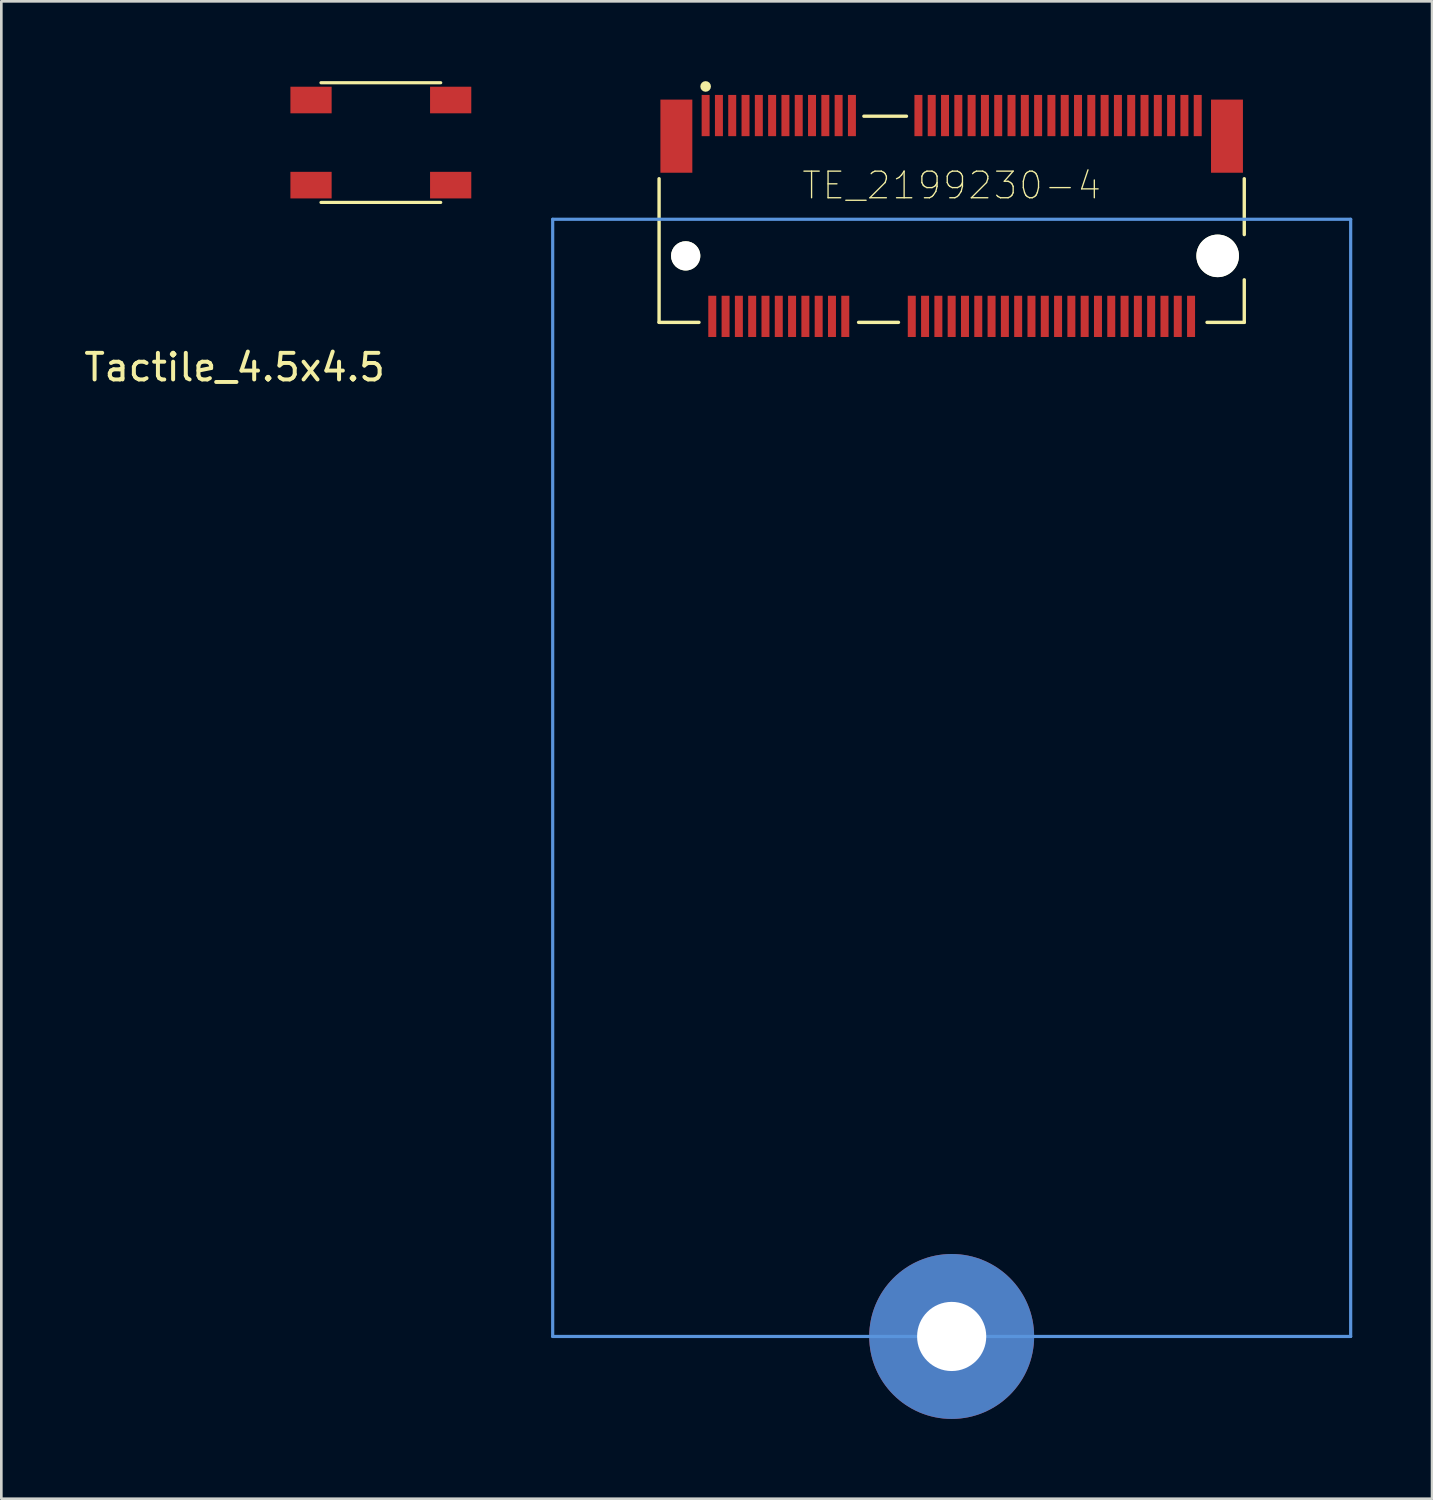
<source format=kicad_pcb>
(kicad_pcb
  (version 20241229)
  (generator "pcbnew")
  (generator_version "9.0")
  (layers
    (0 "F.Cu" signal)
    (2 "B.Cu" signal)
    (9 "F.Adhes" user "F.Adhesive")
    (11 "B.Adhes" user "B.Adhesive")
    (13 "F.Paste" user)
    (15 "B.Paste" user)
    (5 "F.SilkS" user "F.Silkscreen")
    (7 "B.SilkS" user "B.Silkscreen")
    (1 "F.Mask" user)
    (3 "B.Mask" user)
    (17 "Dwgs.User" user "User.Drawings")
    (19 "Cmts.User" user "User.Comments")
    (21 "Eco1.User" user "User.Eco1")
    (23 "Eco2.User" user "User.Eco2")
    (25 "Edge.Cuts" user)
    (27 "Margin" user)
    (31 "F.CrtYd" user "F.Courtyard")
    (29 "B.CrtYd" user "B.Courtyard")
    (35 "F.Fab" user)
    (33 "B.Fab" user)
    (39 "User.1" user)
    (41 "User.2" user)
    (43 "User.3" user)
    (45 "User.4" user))
  (footprint "Tactile_4.5x4.5"
    (layer "F.Cu")
    (at 11.268 2.31)
    (property "Reference" "Tactile_4.5x4.5" (at -5.5 8.45 0) (layer "F.SilkS") (effects (font (size 1 1) (thickness 0.15))))
    (attr through_hole)
    (fp_line (start -2.25 -2.25) (end 2.25 -2.25) (stroke (width 0.12) (type solid)) (layer "F.SilkS"))
    (fp_line (start -2.25 2.25) (end 2.25 2.25) (stroke (width 0.12) (type solid)) (layer "F.SilkS"))
    (pad "1" smd rect (at -2.625 -1.6) (size 1.55 1) (layers "F.Cu" "F.Mask" "F.Paste"))
    (pad "1" smd rect (at 2.625 -1.6) (size 1.55 1) (layers "F.Cu" "F.Mask" "F.Paste"))
    (pad "2" smd rect (at -2.625 1.6) (size 1.55 1) (layers "F.Cu" "F.Mask" "F.Paste"))
    (pad "2" smd rect (at 2.625 1.6) (size 1.55 1) (layers "F.Cu" "F.Mask" "F.Paste")))
  (footprint "TE_2199230-4"
    (layer "F.Cu")
    (at 32.728 5.194)
    (property "Reference" "TE_2199230-4" (at 0 -1.27 0) (layer "F.SilkS") (effects (font (size 1.001 1.001) (thickness 0.05))))
    (attr smd)
    (fp_line (start -11 -1.525) (end -11 3.875) (stroke (width 0.127) (type solid)) (layer "F.SilkS"))
    (fp_line (start -11 3.875) (end -9.5 3.875) (stroke (width 0.127) (type solid)) (layer "F.SilkS"))
    (fp_line (start -3.5 3.875) (end -2 3.875) (stroke (width 0.127) (type solid)) (layer "F.SilkS"))
    (fp_line (start -3.3 -3.875) (end -1.7 -3.875) (stroke (width 0.127) (type solid)) (layer "F.SilkS"))
    (fp_line (start 9.6 3.875) (end 11 3.875) (stroke (width 0.127) (type solid)) (layer "F.SilkS"))
    (fp_line (start 11 -1.525) (end 11 0.575) (stroke (width 0.127) (type solid)) (layer "F.SilkS"))
    (fp_line (start 11 3.875) (end 11 2.275) (stroke (width 0.127) (type solid)) (layer "F.SilkS"))
    (fp_circle (center -9.25 -4.994) (end -9.15 -4.994) (stroke (width 0.2) (type solid)) (fill no) (layer "F.SilkS"))
    (fp_line (start -15 0) (end 15 0) (stroke (width 0.12) (type solid)) (layer "Cmts.User"))
    (fp_line (start -15 42) (end -15 0) (stroke (width 0.12) (type solid)) (layer "Cmts.User"))
    (fp_line (start 15 0) (end 15 42) (stroke (width 0.12) (type solid)) (layer "Cmts.User"))
    (fp_line (start 15 42) (end -15 42) (stroke (width 0.12) (type solid)) (layer "Cmts.User"))
    (fp_line (start -11.25 -4.925) (end 11.25 -4.925) (stroke (width 0.05) (type solid)) (layer "Eco1.User"))
    (fp_line (start -11.25 4.675) (end -11.25 -4.925) (stroke (width 0.05) (type solid)) (layer "Eco1.User"))
    (fp_line (start 11.25 -4.925) (end 11.25 4.675) (stroke (width 0.05) (type solid)) (layer "Eco1.User"))
    (fp_line (start 11.25 4.675) (end -11.25 4.675) (stroke (width 0.05) (type solid)) (layer "Eco1.User"))
    (fp_line (start -11 -3.875) (end 11 -3.875) (stroke (width 0.127) (type solid)) (layer "Eco2.User"))
    (fp_line (start -11 3.875) (end -11 -3.875) (stroke (width 0.127) (type solid)) (layer "Eco2.User"))
    (fp_line (start 11 -3.875) (end 11 3.875) (stroke (width 0.127) (type solid)) (layer "Eco2.User"))
    (fp_line (start 11 3.875) (end -11 3.875) (stroke (width 0.127) (type solid)) (layer "Eco2.User"))
    (pad "" np_thru_hole circle (at -10 1.375) (size 1.1 1.1) (drill 1.1) (layers "*.Cu" "*.Mask" "F.SilkS"))
    (pad "" np_thru_hole circle (at 10 1.375) (size 1.6 1.6) (drill 1.6) (layers "*.Cu" "*.Mask" "F.SilkS"))
    (pad "1" smd rect (at -9.25 -3.9 90) (size 1.55 0.3) (layers "F.Cu" "F.Mask" "F.Paste"))
    (pad "2" smd rect (at -9 3.65 90) (size 1.55 0.3) (layers "F.Cu" "F.Mask" "F.Paste"))
    (pad "3" smd rect (at -8.75 -3.9 90) (size 1.55 0.3) (layers "F.Cu" "F.Mask" "F.Paste"))
    (pad "4" smd rect (at -8.5 3.65 90) (size 1.55 0.3) (layers "F.Cu" "F.Mask" "F.Paste"))
    (pad "5" smd rect (at -8.25 -3.9 90) (size 1.55 0.3) (layers "F.Cu" "F.Mask" "F.Paste"))
    (pad "6" smd rect (at -8 3.65 90) (size 1.55 0.3) (layers "F.Cu" "F.Mask" "F.Paste"))
    (pad "7" smd rect (at -7.75 -3.9 90) (size 1.55 0.3) (layers "F.Cu" "F.Mask" "F.Paste"))
    (pad "8" smd rect (at -7.5 3.65 90) (size 1.55 0.3) (layers "F.Cu" "F.Mask" "F.Paste"))
    (pad "9" smd rect (at -7.25 -3.9 90) (size 1.55 0.3) (layers "F.Cu" "F.Mask" "F.Paste"))
    (pad "10" smd rect (at -7 3.65 90) (size 1.55 0.3) (layers "F.Cu" "F.Mask" "F.Paste"))
    (pad "11" smd rect (at -6.75 -3.9 90) (size 1.55 0.3) (layers "F.Cu" "F.Mask" "F.Paste"))
    (pad "12" smd rect (at -6.5 3.65 90) (size 1.55 0.3) (layers "F.Cu" "F.Mask" "F.Paste"))
    (pad "13" smd rect (at -6.25 -3.9 90) (size 1.55 0.3) (layers "F.Cu" "F.Mask" "F.Paste"))
    (pad "14" smd rect (at -6 3.65 90) (size 1.55 0.3) (layers "F.Cu" "F.Mask" "F.Paste"))
    (pad "15" smd rect (at -5.75 -3.9 90) (size 1.55 0.3) (layers "F.Cu" "F.Mask" "F.Paste"))
    (pad "16" smd rect (at -5.5 3.65 90) (size 1.55 0.3) (layers "F.Cu" "F.Mask" "F.Paste"))
    (pad "17" smd rect (at -5.25 -3.9 90) (size 1.55 0.3) (layers "F.Cu" "F.Mask" "F.Paste"))
    (pad "18" smd rect (at -5 3.65 90) (size 1.55 0.3) (layers "F.Cu" "F.Mask" "F.Paste"))
    (pad "19" smd rect (at -4.75 -3.9 90) (size 1.55 0.3) (layers "F.Cu" "F.Mask" "F.Paste"))
    (pad "20" smd rect (at -4.5 3.65 90) (size 1.55 0.3) (layers "F.Cu" "F.Mask" "F.Paste"))
    (pad "21" smd rect (at -4.25 -3.9 90) (size 1.55 0.3) (layers "F.Cu" "F.Mask" "F.Paste"))
    (pad "22" smd rect (at -4 3.65 90) (size 1.55 0.3) (layers "F.Cu" "F.Mask" "F.Paste"))
    (pad "23" smd rect (at -3.75 -3.9 90) (size 1.55 0.3) (layers "F.Cu" "F.Mask" "F.Paste"))
    (pad "32" smd rect (at -1.5 3.65 90) (size 1.55 0.3) (layers "F.Cu" "F.Mask" "F.Paste"))
    (pad "33" smd rect (at -1.25 -3.9 90) (size 1.55 0.3) (layers "F.Cu" "F.Mask" "F.Paste"))
    (pad "34" smd rect (at -1 3.65 90) (size 1.55 0.3) (layers "F.Cu" "F.Mask" "F.Paste"))
    (pad "35" smd rect (at -0.75 -3.9 90) (size 1.55 0.3) (layers "F.Cu" "F.Mask" "F.Paste"))
    (pad "36" smd rect (at -0.5 3.65 90) (size 1.55 0.3) (layers "F.Cu" "F.Mask" "F.Paste"))
    (pad "37" smd rect (at -0.25 -3.9 90) (size 1.55 0.3) (layers "F.Cu" "F.Mask" "F.Paste"))
    (pad "38" smd rect (at 0 3.65 90) (size 1.55 0.3) (layers "F.Cu" "F.Mask" "F.Paste"))
    (pad "39" smd rect (at 0.25 -3.9 90) (size 1.55 0.3) (layers "F.Cu" "F.Mask" "F.Paste"))
    (pad "40" smd rect (at 0.5 3.65 90) (size 1.55 0.3) (layers "F.Cu" "F.Mask" "F.Paste"))
    (pad "41" smd rect (at 0.75 -3.9 90) (size 1.55 0.3) (layers "F.Cu" "F.Mask" "F.Paste"))
    (pad "42" smd rect (at 1 3.65 90) (size 1.55 0.3) (layers "F.Cu" "F.Mask" "F.Paste"))
    (pad "43" smd rect (at 1.25 -3.9 90) (size 1.55 0.3) (layers "F.Cu" "F.Mask" "F.Paste"))
    (pad "44" smd rect (at 1.5 3.65 90) (size 1.55 0.3) (layers "F.Cu" "F.Mask" "F.Paste"))
    (pad "45" smd rect (at 1.75 -3.9 90) (size 1.55 0.3) (layers "F.Cu" "F.Mask" "F.Paste"))
    (pad "46" smd rect (at 2 3.65 90) (size 1.55 0.3) (layers "F.Cu" "F.Mask" "F.Paste"))
    (pad "47" smd rect (at 2.25 -3.9 90) (size 1.55 0.3) (layers "F.Cu" "F.Mask" "F.Paste"))
    (pad "48" smd rect (at 2.5 3.65 90) (size 1.55 0.3) (layers "F.Cu" "F.Mask" "F.Paste"))
    (pad "49" smd rect (at 2.75 -3.9 90) (size 1.55 0.3) (layers "F.Cu" "F.Mask" "F.Paste"))
    (pad "50" smd rect (at 3 3.65 90) (size 1.55 0.3) (layers "F.Cu" "F.Mask" "F.Paste"))
    (pad "51" smd rect (at 3.25 -3.9 90) (size 1.55 0.3) (layers "F.Cu" "F.Mask" "F.Paste"))
    (pad "52" smd rect (at 3.5 3.65 90) (size 1.55 0.3) (layers "F.Cu" "F.Mask" "F.Paste"))
    (pad "53" smd rect (at 3.75 -3.9 90) (size 1.55 0.3) (layers "F.Cu" "F.Mask" "F.Paste"))
    (pad "54" smd rect (at 4 3.65 90) (size 1.55 0.3) (layers "F.Cu" "F.Mask" "F.Paste"))
    (pad "55" smd rect (at 4.25 -3.9 90) (size 1.55 0.3) (layers "F.Cu" "F.Mask" "F.Paste"))
    (pad "56" smd rect (at 4.5 3.65 90) (size 1.55 0.3) (layers "F.Cu" "F.Mask" "F.Paste"))
    (pad "57" smd rect (at 4.75 -3.9 90) (size 1.55 0.3) (layers "F.Cu" "F.Mask" "F.Paste"))
    (pad "58" smd rect (at 5 3.65 90) (size 1.55 0.3) (layers "F.Cu" "F.Mask" "F.Paste"))
    (pad "59" smd rect (at 5.25 -3.9 90) (size 1.55 0.3) (layers "F.Cu" "F.Mask" "F.Paste"))
    (pad "60" smd rect (at 5.5 3.65 90) (size 1.55 0.3) (layers "F.Cu" "F.Mask" "F.Paste"))
    (pad "61" smd rect (at 5.75 -3.9 90) (size 1.55 0.3) (layers "F.Cu" "F.Mask" "F.Paste"))
    (pad "62" smd rect (at 6 3.65 90) (size 1.55 0.3) (layers "F.Cu" "F.Mask" "F.Paste"))
    (pad "63" smd rect (at 6.25 -3.9 90) (size 1.55 0.3) (layers "F.Cu" "F.Mask" "F.Paste"))
    (pad "64" smd rect (at 6.5 3.65 90) (size 1.55 0.3) (layers "F.Cu" "F.Mask" "F.Paste"))
    (pad "65" smd rect (at 6.75 -3.9 90) (size 1.55 0.3) (layers "F.Cu" "F.Mask" "F.Paste"))
    (pad "66" smd rect (at 7 3.65 90) (size 1.55 0.3) (layers "F.Cu" "F.Mask" "F.Paste"))
    (pad "67" smd rect (at 7.25 -3.9 90) (size 1.55 0.3) (layers "F.Cu" "F.Mask" "F.Paste"))
    (pad "68" smd rect (at 7.5 3.65 90) (size 1.55 0.3) (layers "F.Cu" "F.Mask" "F.Paste"))
    (pad "69" smd rect (at 7.75 -3.9 90) (size 1.55 0.3) (layers "F.Cu" "F.Mask" "F.Paste"))
    (pad "70" smd rect (at 8 3.65 90) (size 1.55 0.3) (layers "F.Cu" "F.Mask" "F.Paste"))
    (pad "71" smd rect (at 8.25 -3.9 90) (size 1.55 0.3) (layers "F.Cu" "F.Mask" "F.Paste"))
    (pad "72" smd rect (at 8.5 3.65 90) (size 1.55 0.3) (layers "F.Cu" "F.Mask" "F.Paste"))
    (pad "73" smd rect (at 8.75 -3.9 90) (size 1.55 0.3) (layers "F.Cu" "F.Mask" "F.Paste"))
    (pad "74" smd rect (at 9 3.65 90) (size 1.55 0.3) (layers "F.Cu" "F.Mask" "F.Paste"))
    (pad "75" smd rect (at 9.25 -3.9 90) (size 1.55 0.3) (layers "F.Cu" "F.Mask" "F.Paste"))
    (pad "S1" smd rect (at -10.35 -3.125 90) (size 2.75 1.2) (layers "F.Cu" "F.Mask" "F.Paste"))
    (pad "S2" smd rect (at 10.35 -3.125 90) (size 2.75 1.2) (layers "F.Cu" "F.Mask" "F.Paste"))
    (pad "S3" thru_hole circle (at 0 42) (size 6.2 6.2) (drill 2.6) (layers "*.Cu" "*.Mask")))
  (gr_rect
    (start -3 -3)
    (end 50.788 53.294)
    (stroke (width 0.1) (type default))
    (fill no)
    (layer "Edge.Cuts")))
</source>
